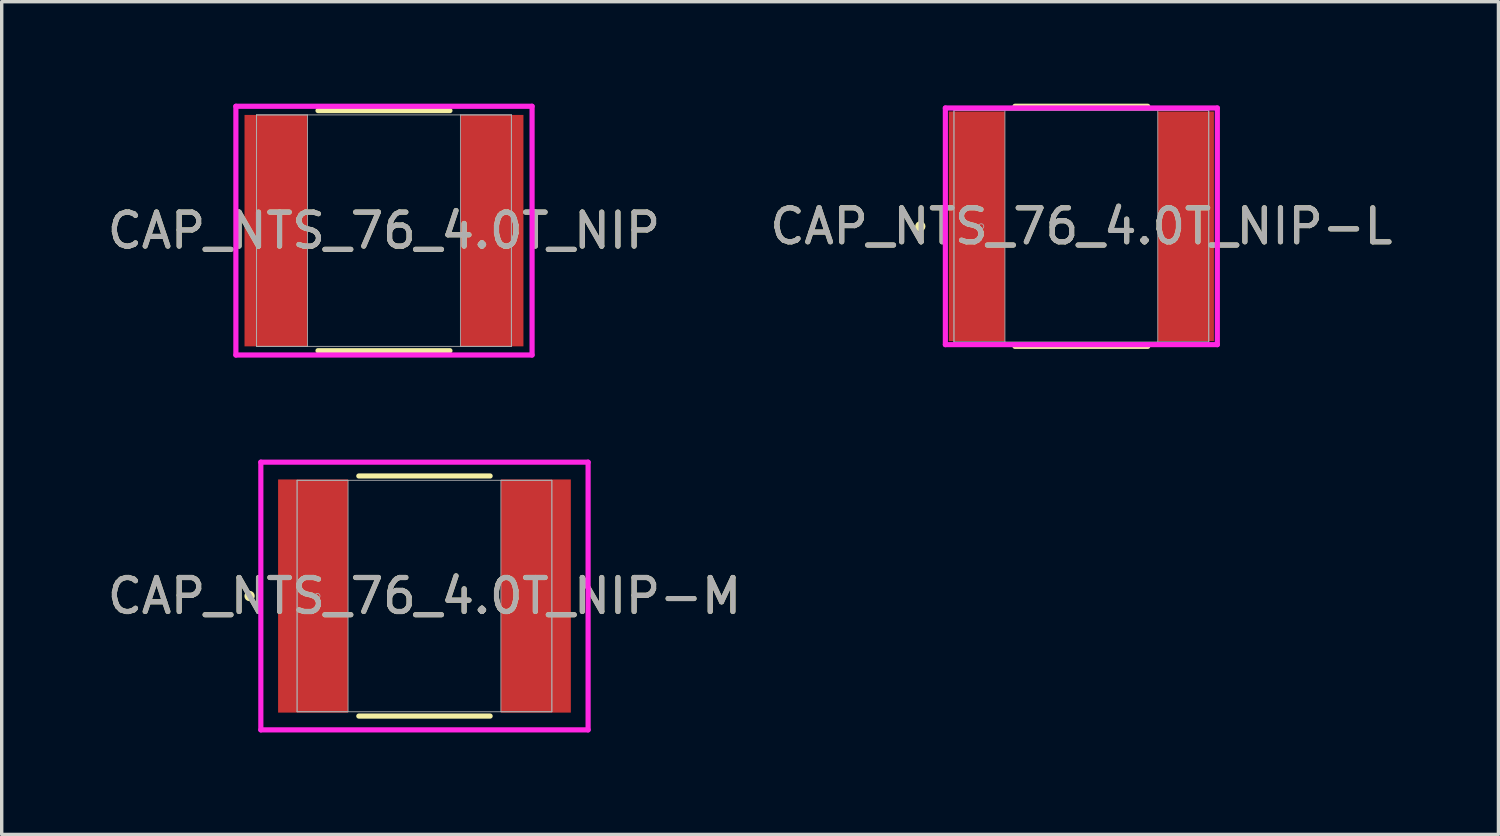
<source format=kicad_pcb>
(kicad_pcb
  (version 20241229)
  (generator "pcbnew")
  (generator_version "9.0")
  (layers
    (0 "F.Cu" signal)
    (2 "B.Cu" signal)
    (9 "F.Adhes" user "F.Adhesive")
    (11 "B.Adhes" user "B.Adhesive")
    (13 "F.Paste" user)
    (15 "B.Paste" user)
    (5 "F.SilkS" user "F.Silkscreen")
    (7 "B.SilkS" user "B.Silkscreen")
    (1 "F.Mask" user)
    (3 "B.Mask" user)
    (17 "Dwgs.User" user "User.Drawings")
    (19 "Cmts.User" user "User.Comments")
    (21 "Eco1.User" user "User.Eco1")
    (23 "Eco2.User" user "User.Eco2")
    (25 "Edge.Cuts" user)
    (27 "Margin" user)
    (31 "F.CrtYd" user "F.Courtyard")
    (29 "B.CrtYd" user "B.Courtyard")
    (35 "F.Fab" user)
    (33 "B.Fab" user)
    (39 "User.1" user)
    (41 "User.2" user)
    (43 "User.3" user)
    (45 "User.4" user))
  (footprint "CAP_NTS_76_4.0T_NIP"
    (layer "F.Cu")
    (at 8.244 3.734)
    (property "Reference" "CAP_NTS_76_4.0T_NIP" (at 0 0 0) (unlocked yes) (layer "F.SilkS") (effects (font (size 1 1) (thickness 0.15))))
    (attr smd)
    (fp_line (start -1.94 3.531) (end 1.94 3.531) (stroke (width 0.152) (type solid)) (layer "F.SilkS"))
    (fp_line (start 1.94 -3.531) (end -1.94 -3.531) (stroke (width 0.152) (type solid)) (layer "F.SilkS"))
    (fp_line (start -4.356 -3.658) (end 4.356 -3.658) (stroke (width 0.152) (type solid)) (layer "F.CrtYd"))
    (fp_line (start -4.356 3.658) (end -4.356 -3.658) (stroke (width 0.152) (type solid)) (layer "F.CrtYd"))
    (fp_line (start 4.356 -3.658) (end 4.356 3.658) (stroke (width 0.152) (type solid)) (layer "F.CrtYd"))
    (fp_line (start 4.356 3.658) (end -4.356 3.658) (stroke (width 0.152) (type solid)) (layer "F.CrtYd"))
    (fp_line (start -3.747 -3.404) (end -3.747 3.404) (stroke (width 0.025) (type solid)) (layer "F.Fab"))
    (fp_line (start -3.747 -3.404) (end -3.747 3.404) (stroke (width 0.025) (type solid)) (layer "F.Fab"))
    (fp_line (start -3.747 3.404) (end -2.248 3.404) (stroke (width 0.025) (type solid)) (layer "F.Fab"))
    (fp_line (start -3.747 3.404) (end 3.747 3.404) (stroke (width 0.025) (type solid)) (layer "F.Fab"))
    (fp_line (start -2.248 -3.404) (end -3.747 -3.404) (stroke (width 0.025) (type solid)) (layer "F.Fab"))
    (fp_line (start -2.248 3.404) (end -2.248 -3.404) (stroke (width 0.025) (type solid)) (layer "F.Fab"))
    (fp_line (start 2.248 -3.404) (end 2.248 3.404) (stroke (width 0.025) (type solid)) (layer "F.Fab"))
    (fp_line (start 2.248 3.404) (end 3.747 3.404) (stroke (width 0.025) (type solid)) (layer "F.Fab"))
    (fp_line (start 3.747 -3.404) (end -3.747 -3.404) (stroke (width 0.025) (type solid)) (layer "F.Fab"))
    (fp_line (start 3.747 -3.404) (end 2.248 -3.404) (stroke (width 0.025) (type solid)) (layer "F.Fab"))
    (fp_line (start 3.747 3.404) (end 3.747 -3.404) (stroke (width 0.025) (type solid)) (layer "F.Fab"))
    (fp_line (start 3.747 3.404) (end 3.747 -3.404) (stroke (width 0.025) (type solid)) (layer "F.Fab"))
    (fp_circle (center -3.048 0) (end -3.048 0) (stroke (width 0.025) (type solid)) (fill no) (layer "F.Fab"))
    (fp_text user "${REFERENCE}" (at 0 0 0) (unlocked yes) (layer "F.Fab") (effects (font (size 1 1) (thickness 0.15))))
    (pad "1" smd rect (at -3.175 0) (size 1.854 6.807) (layers "F.Cu" "F.Mask" "F.Paste"))
    (pad "2" smd rect (at 3.175 0) (size 1.854 6.807) (layers "F.Cu" "F.Mask" "F.Paste"))
    (zone (net_name "") (layer "F.Cu") (hatch full 0.508) (connect_pads) (min_thickness 0.254) (filled_areas_thickness no) (keepout (tracks not_allowed) (vias not_allowed) (pads allowed) (copperpour not_allowed) (footprints allowed)) (placement (enabled no)) (fill) (polygon (pts (xy 6.047 0.381) (xy 10.441 0.381) (xy 10.441 7.087) (xy 6.047 7.087)))))
  (footprint "CAP_NTS_76_4.0T_NIP-L"
    (layer "F.Cu")
    (at 28.756 3.607)
    (property "Reference" "CAP_NTS_76_4.0T_NIP-L" (at 0 0 0) (unlocked yes) (layer "F.SilkS") (effects (font (size 1 1) (thickness 0.15))))
    (attr smd)
    (fp_line (start -1.952 3.531) (end 1.952 3.531) (stroke (width 0.152) (type solid)) (layer "F.SilkS"))
    (fp_line (start 1.952 -3.531) (end -1.952 -3.531) (stroke (width 0.152) (type solid)) (layer "F.SilkS"))
    (fp_circle (center -4.737 0) (end -4.661 0) (stroke (width 0.152) (type solid)) (fill no) (layer "F.SilkS"))
    (fp_line (start -4 -3.48) (end 4 -3.48) (stroke (width 0.152) (type solid)) (layer "F.CrtYd"))
    (fp_line (start -4 3.48) (end -4 -3.48) (stroke (width 0.152) (type solid)) (layer "F.CrtYd"))
    (fp_line (start 4 -3.48) (end 4 3.48) (stroke (width 0.152) (type solid)) (layer "F.CrtYd"))
    (fp_line (start 4 3.48) (end -4 3.48) (stroke (width 0.152) (type solid)) (layer "F.CrtYd"))
    (fp_line (start -3.747 -3.404) (end -3.747 3.404) (stroke (width 0.025) (type solid)) (layer "F.Fab"))
    (fp_line (start -3.747 -3.404) (end -3.747 3.404) (stroke (width 0.025) (type solid)) (layer "F.Fab"))
    (fp_line (start -3.747 3.404) (end -2.248 3.404) (stroke (width 0.025) (type solid)) (layer "F.Fab"))
    (fp_line (start -3.747 3.404) (end 3.747 3.404) (stroke (width 0.025) (type solid)) (layer "F.Fab"))
    (fp_line (start -2.248 -3.404) (end -3.747 -3.404) (stroke (width 0.025) (type solid)) (layer "F.Fab"))
    (fp_line (start -2.248 3.404) (end -2.248 -3.404) (stroke (width 0.025) (type solid)) (layer "F.Fab"))
    (fp_line (start 2.248 -3.404) (end 2.248 3.404) (stroke (width 0.025) (type solid)) (layer "F.Fab"))
    (fp_line (start 2.248 3.404) (end 3.747 3.404) (stroke (width 0.025) (type solid)) (layer "F.Fab"))
    (fp_line (start 3.747 -3.404) (end -3.747 -3.404) (stroke (width 0.025) (type solid)) (layer "F.Fab"))
    (fp_line (start 3.747 -3.404) (end 2.248 -3.404) (stroke (width 0.025) (type solid)) (layer "F.Fab"))
    (fp_line (start 3.747 3.404) (end 3.747 -3.404) (stroke (width 0.025) (type solid)) (layer "F.Fab"))
    (fp_line (start 3.747 3.404) (end 3.747 -3.404) (stroke (width 0.025) (type solid)) (layer "F.Fab"))
    (fp_circle (center -2.946 0) (end -2.87 0) (stroke (width 0.025) (type solid)) (fill no) (layer "F.Fab"))
    (fp_text user "${REFERENCE}" (at 0 0 0) (unlocked yes) (layer "F.Fab") (effects (font (size 1 1) (thickness 0.15))))
    (pad "1" smd rect (at -3.073 0) (size 1.651 6.756) (layers "F.Cu" "F.Mask" "F.Paste"))
    (pad "2" smd rect (at 3.073 0) (size 1.651 6.756) (layers "F.Cu" "F.Mask" "F.Paste"))
    (zone (net_name "") (layer "F.Cu") (hatch full 0.508) (connect_pads) (min_thickness 0.254) (filled_areas_thickness no) (keepout (tracks not_allowed) (vias not_allowed) (pads allowed) (copperpour not_allowed) (footprints allowed)) (placement (enabled no)) (fill) (polygon (pts (xy 26.559 0.254) (xy 30.953 0.254) (xy 30.953 6.96) (xy 26.559 6.96)))))
  (footprint "CAP_NTS_76_4.0T_NIP-M"
    (layer "F.Cu")
    (at 9.435 14.481)
    (property "Reference" "CAP_NTS_76_4.0T_NIP-M" (at 0 0 0) (unlocked yes) (layer "F.SilkS") (effects (font (size 1 1) (thickness 0.15))))
    (attr smd)
    (fp_line (start -1.931 3.531) (end 1.931 3.531) (stroke (width 0.152) (type solid)) (layer "F.SilkS"))
    (fp_line (start 1.931 -3.531) (end -1.931 -3.531) (stroke (width 0.152) (type solid)) (layer "F.SilkS"))
    (fp_circle (center -5.144 0) (end -5.067 0) (stroke (width 0.152) (type solid)) (fill no) (layer "F.SilkS"))
    (fp_line (start -4.813 -3.937) (end 4.813 -3.937) (stroke (width 0.152) (type solid)) (layer "F.CrtYd"))
    (fp_line (start -4.813 3.937) (end -4.813 -3.937) (stroke (width 0.152) (type solid)) (layer "F.CrtYd"))
    (fp_line (start 4.813 -3.937) (end 4.813 3.937) (stroke (width 0.152) (type solid)) (layer "F.CrtYd"))
    (fp_line (start 4.813 3.937) (end -4.813 3.937) (stroke (width 0.152) (type solid)) (layer "F.CrtYd"))
    (fp_line (start -3.747 -3.404) (end -3.747 3.404) (stroke (width 0.025) (type solid)) (layer "F.Fab"))
    (fp_line (start -3.747 -3.404) (end -3.747 3.404) (stroke (width 0.025) (type solid)) (layer "F.Fab"))
    (fp_line (start -3.747 3.404) (end -2.248 3.404) (stroke (width 0.025) (type solid)) (layer "F.Fab"))
    (fp_line (start -3.747 3.404) (end 3.747 3.404) (stroke (width 0.025) (type solid)) (layer "F.Fab"))
    (fp_line (start -2.248 -3.404) (end -3.747 -3.404) (stroke (width 0.025) (type solid)) (layer "F.Fab"))
    (fp_line (start -2.248 3.404) (end -2.248 -3.404) (stroke (width 0.025) (type solid)) (layer "F.Fab"))
    (fp_line (start 2.248 -3.404) (end 2.248 3.404) (stroke (width 0.025) (type solid)) (layer "F.Fab"))
    (fp_line (start 2.248 3.404) (end 3.747 3.404) (stroke (width 0.025) (type solid)) (layer "F.Fab"))
    (fp_line (start 3.747 -3.404) (end -3.747 -3.404) (stroke (width 0.025) (type solid)) (layer "F.Fab"))
    (fp_line (start 3.747 -3.404) (end 2.248 -3.404) (stroke (width 0.025) (type solid)) (layer "F.Fab"))
    (fp_line (start 3.747 3.404) (end 3.747 -3.404) (stroke (width 0.025) (type solid)) (layer "F.Fab"))
    (fp_line (start 3.747 3.404) (end 3.747 -3.404) (stroke (width 0.025) (type solid)) (layer "F.Fab"))
    (fp_circle (center -3.15 0) (end -3.073 0) (stroke (width 0.025) (type solid)) (fill no) (layer "F.Fab"))
    (fp_text user "${REFERENCE}" (at 0 0 0) (unlocked yes) (layer "F.Fab") (effects (font (size 1 1) (thickness 0.15))))
    (pad "1" smd rect (at -3.277 0) (size 2.057 6.858) (layers "F.Cu" "F.Mask" "F.Paste"))
    (pad "2" smd rect (at 3.277 0) (size 2.057 6.858) (layers "F.Cu" "F.Mask" "F.Paste"))
    (zone (net_name "") (layer "F.Cu") (hatch full 0.508) (connect_pads) (min_thickness 0.254) (filled_areas_thickness no) (keepout (tracks not_allowed) (vias not_allowed) (pads allowed) (copperpour not_allowed) (footprints allowed)) (placement (enabled no)) (fill) (polygon (pts (xy 7.237 11.128) (xy 11.632 11.128) (xy 11.632 17.834) (xy 7.237 17.834)))))
  (gr_rect
    (start -3 -3)
    (end 41.024 21.494)
    (stroke (width 0.1) (type default))
    (fill no)
    (layer "Edge.Cuts")))
</source>
